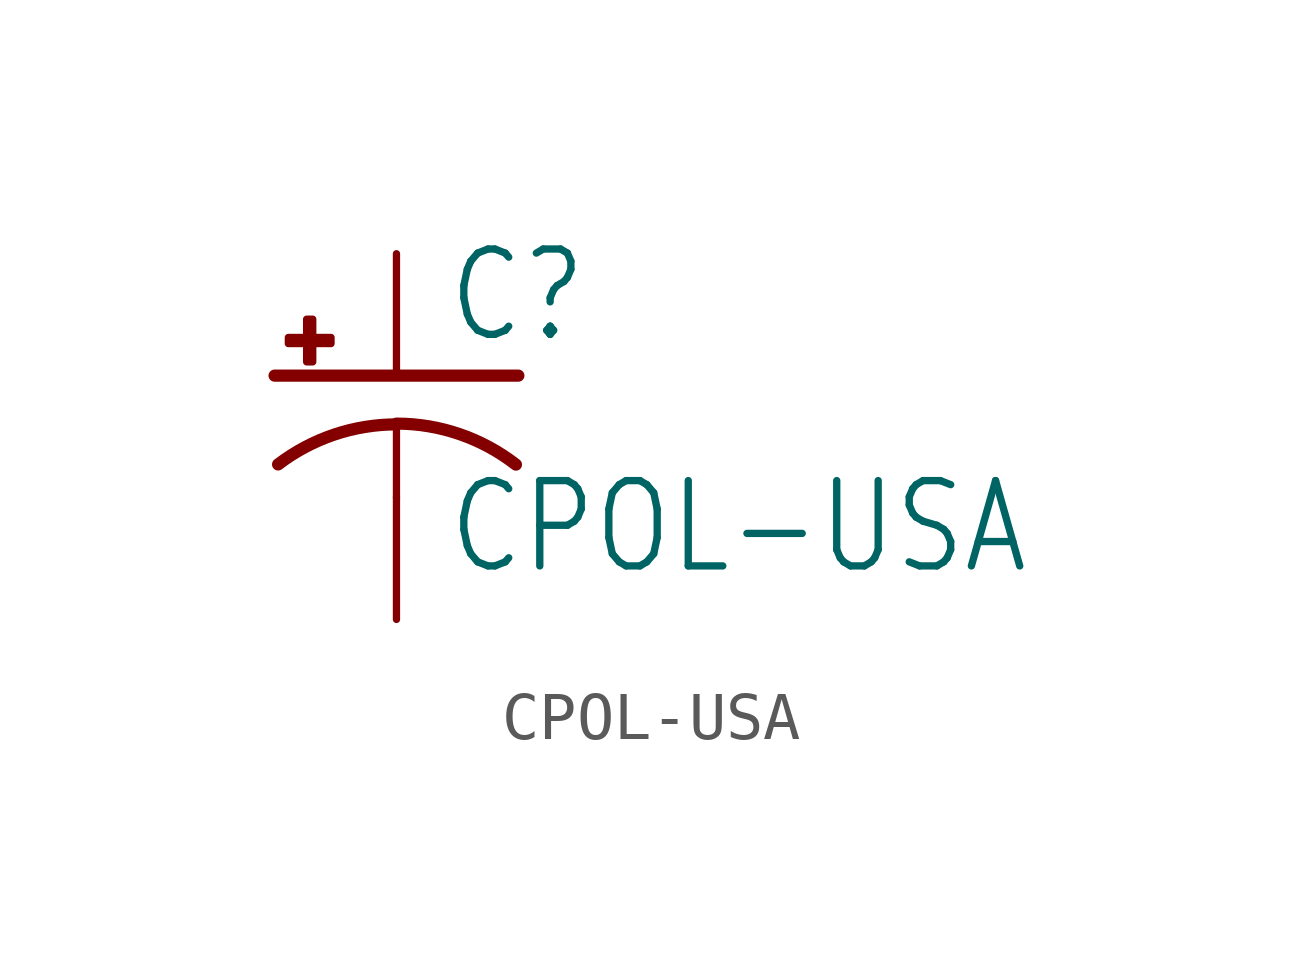
<source format=kicad_sym>
(kicad_symbol_lib
  (version 20220914)
  (generator kicad_symbol_editor)
  (symbol "CPOL-USA"
    (property "Reference" "C"
      (at 1.016 0.635 0)
      (effects (font (size 1.778 1.511)) (justify left bottom)))
    (property "Value" "CPOL-USA"
      (at 1.016 -4.191 0)
      (effects (font (size 1.778 1.511)) (justify left bottom)))
    (property "ki_locked" ""
      (at 0 0 0)
      (effects (font (size 1.27 1.27))))
    (symbol "CPOL-USA_1_0"
      (rectangle (start -2.253 0.668) (end -1.364 0.795) (stroke (width 0) (type default)) (fill (type outline)))
      (rectangle (start -1.872 0.287) (end -1.745 1.176) (stroke (width 0) (type default)) (fill (type outline)))
      (arc (start 0 -1.0161) (mid -1.3021 -1.2302) (end -2.4669 -1.8504) (stroke (width 0.254) (type default)) (fill (type none)))
      (polyline (pts (xy -2.54 0) (xy 2.54 0)) (stroke (width 0.254) (type default)) (fill (type none)))
      (polyline (pts (xy 0 -1.016) (xy 0 -2.54)) (stroke (width 0.152) (type default)) (fill (type none)))
      (arc (start 2.4892 -1.8542) (mid 1.3158 -1.2195) (end 0 -1) (stroke (width 0.254) (type default)) (fill (type none)))
      (pin passive line (at 0 2.54 270) (length 2.54) (name "+" (effects (font (size 0 0)))) (number "+" (effects (font (size 0 0)))))
      (pin passive line (at 0 -5.08 90) (length 2.54) (name "-" (effects (font (size 0 0)))) (number "-" (effects (font (size 0 0))))))))
</source>
